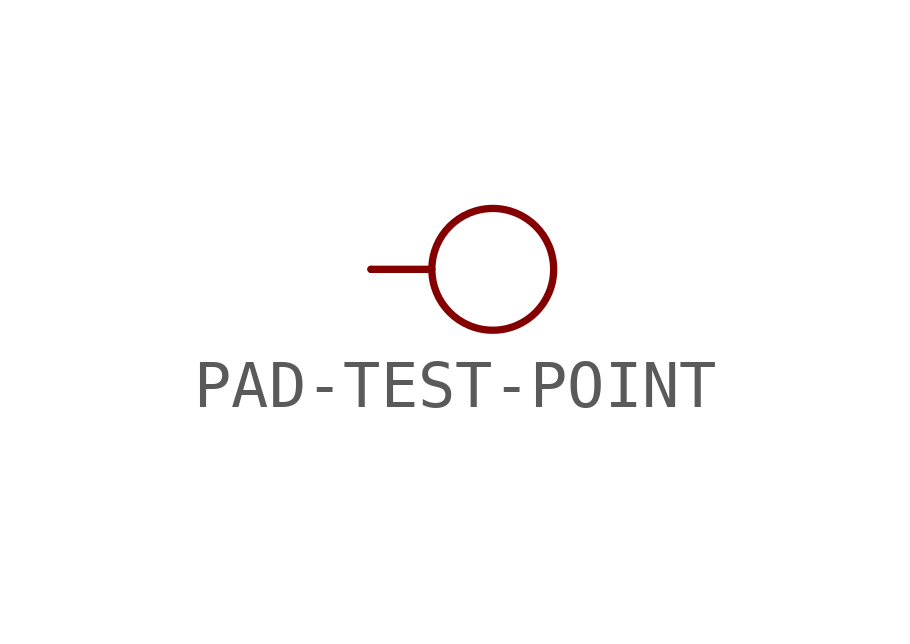
<source format=kicad_sym>
(kicad_symbol_lib
  (version 20220914)
  (generator kicad_symbol_editor)
  (symbol "PAD-TEST-POINT"
    (property "Reference" "TP"
      (at -5.08 0 0)
      (effects (font (size 0.813 0.691)) (justify left bottom) hide))
    (property "ki_locked" ""
      (at 0 0 0)
      (effects (font (size 1.27 1.27))))
    (symbol "PAD-TEST-POINT_1_0"
      (polyline (pts (xy -2.54 0) (xy -1.27 0)) (stroke (width 0.152) (type solid)) (fill (type none)))
      (circle (center 0 0) (radius 1.27) (stroke (width 0.152) (type solid)) (fill (type none)))
      (pin bidirectional line (at -2.54 0 0) (length 0) (name "T" (effects (font (size 0 0)))) (number "1" (effects (font (size 0 0))))))))
</source>
